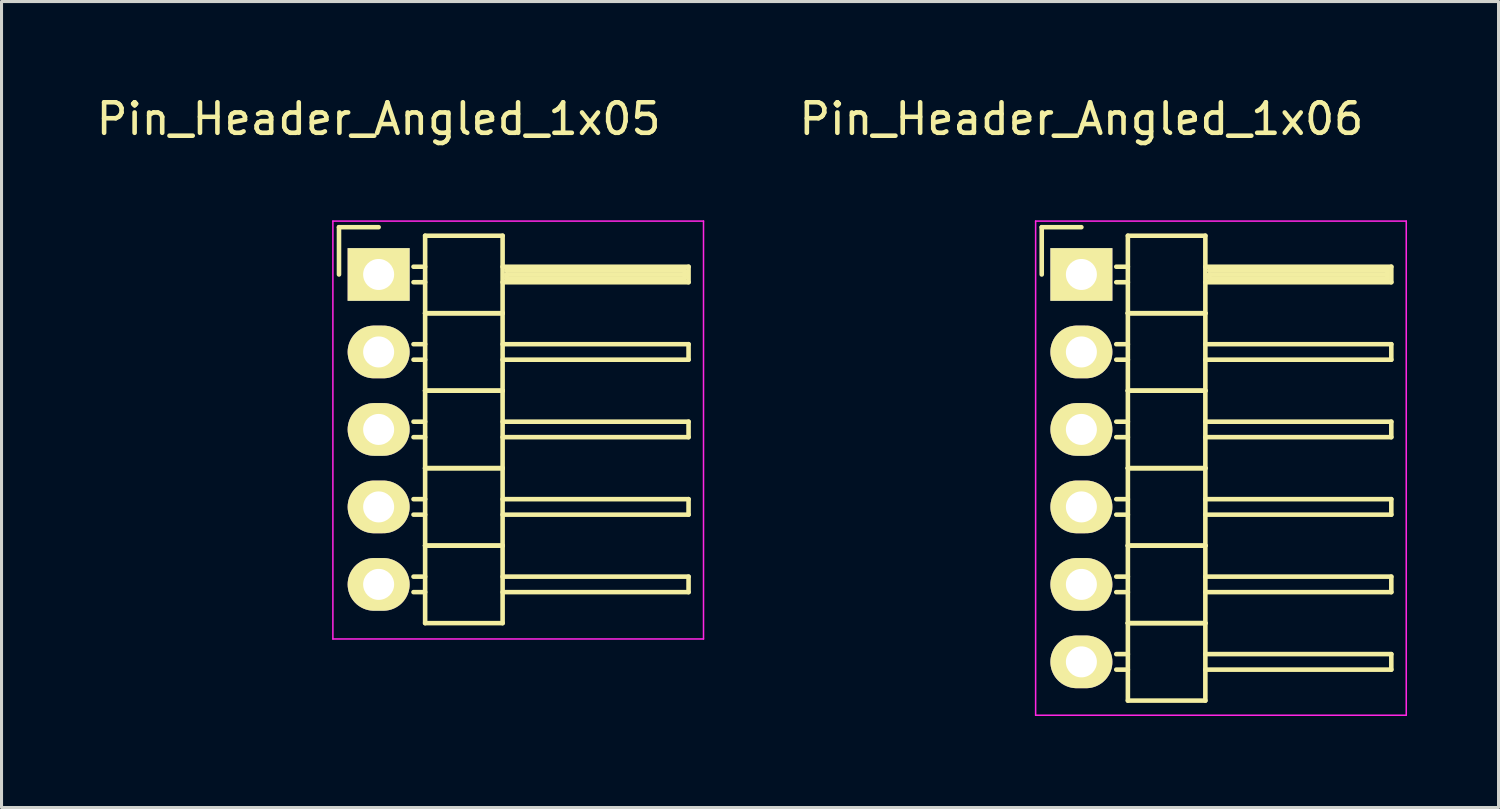
<source format=kicad_pcb>
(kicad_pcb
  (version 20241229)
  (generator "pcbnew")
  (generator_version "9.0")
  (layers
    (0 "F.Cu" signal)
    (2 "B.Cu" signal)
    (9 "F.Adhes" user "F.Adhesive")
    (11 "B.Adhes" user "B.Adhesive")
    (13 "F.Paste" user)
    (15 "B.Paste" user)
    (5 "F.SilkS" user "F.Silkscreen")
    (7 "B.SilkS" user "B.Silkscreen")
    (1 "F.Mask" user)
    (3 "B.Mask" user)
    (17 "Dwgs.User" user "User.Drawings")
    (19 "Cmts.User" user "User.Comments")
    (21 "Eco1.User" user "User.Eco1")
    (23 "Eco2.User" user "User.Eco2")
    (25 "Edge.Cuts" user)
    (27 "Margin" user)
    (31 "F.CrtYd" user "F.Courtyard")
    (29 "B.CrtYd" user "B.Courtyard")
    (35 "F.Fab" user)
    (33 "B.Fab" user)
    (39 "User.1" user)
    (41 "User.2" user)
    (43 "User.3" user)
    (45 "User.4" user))
  (footprint "Pin_Header_Angled_1x06"
    (layer "F.Cu")
    (at 32.401 5.948)
    (property "Reference" "Pin_Header_Angled_1x06" (at 0 -5.1 0) (layer "F.SilkS") (effects (font (size 1 1) (thickness 0.15))))
    (attr through_hole)
    (fp_line (start -1.3 -1.55) (end -1.3 0) (stroke (width 0.15) (type solid)) (layer "F.SilkS"))
    (fp_line (start 0 -1.55) (end -1.3 -1.55) (stroke (width 0.15) (type solid)) (layer "F.SilkS"))
    (fp_line (start 1.524 -1.27) (end 1.524 1.27) (stroke (width 0.15) (type solid)) (layer "F.SilkS"))
    (fp_line (start 1.524 -1.27) (end 4.064 -1.27) (stroke (width 0.15) (type solid)) (layer "F.SilkS"))
    (fp_line (start 1.524 -0.254) (end 1.143 -0.254) (stroke (width 0.15) (type solid)) (layer "F.SilkS"))
    (fp_line (start 1.524 0.254) (end 1.143 0.254) (stroke (width 0.15) (type solid)) (layer "F.SilkS"))
    (fp_line (start 1.524 1.27) (end 1.524 3.81) (stroke (width 0.15) (type solid)) (layer "F.SilkS"))
    (fp_line (start 1.524 1.27) (end 4.064 1.27) (stroke (width 0.15) (type solid)) (layer "F.SilkS"))
    (fp_line (start 1.524 1.27) (end 4.064 1.27) (stroke (width 0.15) (type solid)) (layer "F.SilkS"))
    (fp_line (start 1.524 2.286) (end 1.143 2.286) (stroke (width 0.15) (type solid)) (layer "F.SilkS"))
    (fp_line (start 1.524 2.794) (end 1.143 2.794) (stroke (width 0.15) (type solid)) (layer "F.SilkS"))
    (fp_line (start 1.524 3.81) (end 1.524 6.35) (stroke (width 0.15) (type solid)) (layer "F.SilkS"))
    (fp_line (start 1.524 3.81) (end 4.064 3.81) (stroke (width 0.15) (type solid)) (layer "F.SilkS"))
    (fp_line (start 1.524 3.81) (end 4.064 3.81) (stroke (width 0.15) (type solid)) (layer "F.SilkS"))
    (fp_line (start 1.524 4.826) (end 1.143 4.826) (stroke (width 0.15) (type solid)) (layer "F.SilkS"))
    (fp_line (start 1.524 5.334) (end 1.143 5.334) (stroke (width 0.15) (type solid)) (layer "F.SilkS"))
    (fp_line (start 1.524 6.35) (end 1.524 8.89) (stroke (width 0.15) (type solid)) (layer "F.SilkS"))
    (fp_line (start 1.524 6.35) (end 4.064 6.35) (stroke (width 0.15) (type solid)) (layer "F.SilkS"))
    (fp_line (start 1.524 6.35) (end 4.064 6.35) (stroke (width 0.15) (type solid)) (layer "F.SilkS"))
    (fp_line (start 1.524 7.366) (end 1.143 7.366) (stroke (width 0.15) (type solid)) (layer "F.SilkS"))
    (fp_line (start 1.524 7.874) (end 1.143 7.874) (stroke (width 0.15) (type solid)) (layer "F.SilkS"))
    (fp_line (start 1.524 8.89) (end 1.524 11.43) (stroke (width 0.15) (type solid)) (layer "F.SilkS"))
    (fp_line (start 1.524 8.89) (end 4.064 8.89) (stroke (width 0.15) (type solid)) (layer "F.SilkS"))
    (fp_line (start 1.524 8.89) (end 4.064 8.89) (stroke (width 0.15) (type solid)) (layer "F.SilkS"))
    (fp_line (start 1.524 9.906) (end 1.143 9.906) (stroke (width 0.15) (type solid)) (layer "F.SilkS"))
    (fp_line (start 1.524 10.414) (end 1.143 10.414) (stroke (width 0.15) (type solid)) (layer "F.SilkS"))
    (fp_line (start 1.524 11.43) (end 1.524 13.97) (stroke (width 0.15) (type solid)) (layer "F.SilkS"))
    (fp_line (start 1.524 11.43) (end 4.064 11.43) (stroke (width 0.15) (type solid)) (layer "F.SilkS"))
    (fp_line (start 1.524 11.43) (end 4.064 11.43) (stroke (width 0.15) (type solid)) (layer "F.SilkS"))
    (fp_line (start 1.524 12.446) (end 1.143 12.446) (stroke (width 0.15) (type solid)) (layer "F.SilkS"))
    (fp_line (start 1.524 12.954) (end 1.143 12.954) (stroke (width 0.15) (type solid)) (layer "F.SilkS"))
    (fp_line (start 1.524 13.97) (end 4.064 13.97) (stroke (width 0.15) (type solid)) (layer "F.SilkS"))
    (fp_line (start 4.064 -0.254) (end 10.16 -0.254) (stroke (width 0.15) (type solid)) (layer "F.SilkS"))
    (fp_line (start 4.064 1.27) (end 4.064 -1.27) (stroke (width 0.15) (type solid)) (layer "F.SilkS"))
    (fp_line (start 4.064 2.286) (end 10.16 2.286) (stroke (width 0.15) (type solid)) (layer "F.SilkS"))
    (fp_line (start 4.064 3.81) (end 4.064 1.27) (stroke (width 0.15) (type solid)) (layer "F.SilkS"))
    (fp_line (start 4.064 4.826) (end 10.16 4.826) (stroke (width 0.15) (type solid)) (layer "F.SilkS"))
    (fp_line (start 4.064 6.35) (end 4.064 3.81) (stroke (width 0.15) (type solid)) (layer "F.SilkS"))
    (fp_line (start 4.064 7.366) (end 10.16 7.366) (stroke (width 0.15) (type solid)) (layer "F.SilkS"))
    (fp_line (start 4.064 8.89) (end 4.064 6.35) (stroke (width 0.15) (type solid)) (layer "F.SilkS"))
    (fp_line (start 4.064 9.906) (end 10.16 9.906) (stroke (width 0.15) (type solid)) (layer "F.SilkS"))
    (fp_line (start 4.064 11.43) (end 4.064 8.89) (stroke (width 0.15) (type solid)) (layer "F.SilkS"))
    (fp_line (start 4.064 12.446) (end 10.16 12.446) (stroke (width 0.15) (type solid)) (layer "F.SilkS"))
    (fp_line (start 4.064 13.97) (end 4.064 11.43) (stroke (width 0.15) (type solid)) (layer "F.SilkS"))
    (fp_line (start 4.191 -0.127) (end 10.033 -0.127) (stroke (width 0.15) (type solid)) (layer "F.SilkS"))
    (fp_line (start 4.191 0) (end 10.033 0) (stroke (width 0.15) (type solid)) (layer "F.SilkS"))
    (fp_line (start 4.191 0.127) (end 4.191 0) (stroke (width 0.15) (type solid)) (layer "F.SilkS"))
    (fp_line (start 10.033 -0.127) (end 10.033 0.127) (stroke (width 0.15) (type solid)) (layer "F.SilkS"))
    (fp_line (start 10.033 0.127) (end 4.191 0.127) (stroke (width 0.15) (type solid)) (layer "F.SilkS"))
    (fp_line (start 10.16 -0.254) (end 10.16 0.254) (stroke (width 0.15) (type solid)) (layer "F.SilkS"))
    (fp_line (start 10.16 0.254) (end 4.064 0.254) (stroke (width 0.15) (type solid)) (layer "F.SilkS"))
    (fp_line (start 10.16 2.286) (end 10.16 2.794) (stroke (width 0.15) (type solid)) (layer "F.SilkS"))
    (fp_line (start 10.16 2.794) (end 4.064 2.794) (stroke (width 0.15) (type solid)) (layer "F.SilkS"))
    (fp_line (start 10.16 4.826) (end 10.16 5.334) (stroke (width 0.15) (type solid)) (layer "F.SilkS"))
    (fp_line (start 10.16 5.334) (end 4.064 5.334) (stroke (width 0.15) (type solid)) (layer "F.SilkS"))
    (fp_line (start 10.16 7.366) (end 10.16 7.874) (stroke (width 0.15) (type solid)) (layer "F.SilkS"))
    (fp_line (start 10.16 7.874) (end 4.064 7.874) (stroke (width 0.15) (type solid)) (layer "F.SilkS"))
    (fp_line (start 10.16 9.906) (end 10.16 10.414) (stroke (width 0.15) (type solid)) (layer "F.SilkS"))
    (fp_line (start 10.16 10.414) (end 4.064 10.414) (stroke (width 0.15) (type solid)) (layer "F.SilkS"))
    (fp_line (start 10.16 12.446) (end 10.16 12.954) (stroke (width 0.15) (type solid)) (layer "F.SilkS"))
    (fp_line (start 10.16 12.954) (end 4.064 12.954) (stroke (width 0.15) (type solid)) (layer "F.SilkS"))
    (fp_line (start -1.5 -1.75) (end -1.5 14.45) (stroke (width 0.05) (type solid)) (layer "F.CrtYd"))
    (fp_line (start -1.5 -1.75) (end 10.65 -1.75) (stroke (width 0.05) (type solid)) (layer "F.CrtYd"))
    (fp_line (start -1.5 14.45) (end 10.65 14.45) (stroke (width 0.05) (type solid)) (layer "F.CrtYd"))
    (fp_line (start 10.65 -1.75) (end 10.65 14.45) (stroke (width 0.05) (type solid)) (layer "F.CrtYd"))
    (pad "1" thru_hole rect (at 0 0) (size 2.032 1.727) (drill 1.016) (layers "*.Cu" "*.Mask" "F.SilkS"))
    (pad "2" thru_hole oval (at 0 2.54) (size 2.032 1.727) (drill 1.016) (layers "*.Cu" "*.Mask" "F.SilkS"))
    (pad "3" thru_hole oval (at 0 5.08) (size 2.032 1.727) (drill 1.016) (layers "*.Cu" "*.Mask" "F.SilkS"))
    (pad "4" thru_hole oval (at 0 7.62) (size 2.032 1.727) (drill 1.016) (layers "*.Cu" "*.Mask" "F.SilkS"))
    (pad "5" thru_hole oval (at 0 10.16) (size 2.032 1.727) (drill 1.016) (layers "*.Cu" "*.Mask" "F.SilkS"))
    (pad "6" thru_hole oval (at 0 12.7) (size 2.032 1.727) (drill 1.016) (layers "*.Cu" "*.Mask" "F.SilkS")))
  (footprint "Pin_Header_Angled_1x05"
    (layer "F.Cu")
    (at 9.363 5.948)
    (property "Reference" "Pin_Header_Angled_1x05" (at 0 -5.1 0) (layer "F.SilkS") (effects (font (size 1 1) (thickness 0.15))))
    (attr through_hole)
    (fp_line (start -1.3 -1.55) (end -1.3 0) (stroke (width 0.15) (type solid)) (layer "F.SilkS"))
    (fp_line (start 0 -1.55) (end -1.3 -1.55) (stroke (width 0.15) (type solid)) (layer "F.SilkS"))
    (fp_line (start 1.524 -1.27) (end 1.524 1.27) (stroke (width 0.15) (type solid)) (layer "F.SilkS"))
    (fp_line (start 1.524 -1.27) (end 4.064 -1.27) (stroke (width 0.15) (type solid)) (layer "F.SilkS"))
    (fp_line (start 1.524 -0.254) (end 1.143 -0.254) (stroke (width 0.15) (type solid)) (layer "F.SilkS"))
    (fp_line (start 1.524 0.254) (end 1.143 0.254) (stroke (width 0.15) (type solid)) (layer "F.SilkS"))
    (fp_line (start 1.524 1.27) (end 1.524 3.81) (stroke (width 0.15) (type solid)) (layer "F.SilkS"))
    (fp_line (start 1.524 1.27) (end 4.064 1.27) (stroke (width 0.15) (type solid)) (layer "F.SilkS"))
    (fp_line (start 1.524 1.27) (end 4.064 1.27) (stroke (width 0.15) (type solid)) (layer "F.SilkS"))
    (fp_line (start 1.524 2.286) (end 1.143 2.286) (stroke (width 0.15) (type solid)) (layer "F.SilkS"))
    (fp_line (start 1.524 2.794) (end 1.143 2.794) (stroke (width 0.15) (type solid)) (layer "F.SilkS"))
    (fp_line (start 1.524 3.81) (end 1.524 6.35) (stroke (width 0.15) (type solid)) (layer "F.SilkS"))
    (fp_line (start 1.524 3.81) (end 4.064 3.81) (stroke (width 0.15) (type solid)) (layer "F.SilkS"))
    (fp_line (start 1.524 3.81) (end 4.064 3.81) (stroke (width 0.15) (type solid)) (layer "F.SilkS"))
    (fp_line (start 1.524 4.826) (end 1.143 4.826) (stroke (width 0.15) (type solid)) (layer "F.SilkS"))
    (fp_line (start 1.524 5.334) (end 1.143 5.334) (stroke (width 0.15) (type solid)) (layer "F.SilkS"))
    (fp_line (start 1.524 6.35) (end 1.524 8.89) (stroke (width 0.15) (type solid)) (layer "F.SilkS"))
    (fp_line (start 1.524 6.35) (end 4.064 6.35) (stroke (width 0.15) (type solid)) (layer "F.SilkS"))
    (fp_line (start 1.524 6.35) (end 4.064 6.35) (stroke (width 0.15) (type solid)) (layer "F.SilkS"))
    (fp_line (start 1.524 7.366) (end 1.143 7.366) (stroke (width 0.15) (type solid)) (layer "F.SilkS"))
    (fp_line (start 1.524 7.874) (end 1.143 7.874) (stroke (width 0.15) (type solid)) (layer "F.SilkS"))
    (fp_line (start 1.524 8.89) (end 1.524 11.43) (stroke (width 0.15) (type solid)) (layer "F.SilkS"))
    (fp_line (start 1.524 8.89) (end 4.064 8.89) (stroke (width 0.15) (type solid)) (layer "F.SilkS"))
    (fp_line (start 1.524 8.89) (end 4.064 8.89) (stroke (width 0.15) (type solid)) (layer "F.SilkS"))
    (fp_line (start 1.524 9.906) (end 1.143 9.906) (stroke (width 0.15) (type solid)) (layer "F.SilkS"))
    (fp_line (start 1.524 10.414) (end 1.143 10.414) (stroke (width 0.15) (type solid)) (layer "F.SilkS"))
    (fp_line (start 1.524 11.43) (end 4.064 11.43) (stroke (width 0.15) (type solid)) (layer "F.SilkS"))
    (fp_line (start 4.064 -0.254) (end 10.16 -0.254) (stroke (width 0.15) (type solid)) (layer "F.SilkS"))
    (fp_line (start 4.064 1.27) (end 4.064 -1.27) (stroke (width 0.15) (type solid)) (layer "F.SilkS"))
    (fp_line (start 4.064 2.286) (end 10.16 2.286) (stroke (width 0.15) (type solid)) (layer "F.SilkS"))
    (fp_line (start 4.064 3.81) (end 4.064 1.27) (stroke (width 0.15) (type solid)) (layer "F.SilkS"))
    (fp_line (start 4.064 4.826) (end 10.16 4.826) (stroke (width 0.15) (type solid)) (layer "F.SilkS"))
    (fp_line (start 4.064 6.35) (end 4.064 3.81) (stroke (width 0.15) (type solid)) (layer "F.SilkS"))
    (fp_line (start 4.064 7.366) (end 10.16 7.366) (stroke (width 0.15) (type solid)) (layer "F.SilkS"))
    (fp_line (start 4.064 8.89) (end 4.064 6.35) (stroke (width 0.15) (type solid)) (layer "F.SilkS"))
    (fp_line (start 4.064 9.906) (end 10.16 9.906) (stroke (width 0.15) (type solid)) (layer "F.SilkS"))
    (fp_line (start 4.064 11.43) (end 4.064 8.89) (stroke (width 0.15) (type solid)) (layer "F.SilkS"))
    (fp_line (start 4.191 -0.127) (end 10.033 -0.127) (stroke (width 0.15) (type solid)) (layer "F.SilkS"))
    (fp_line (start 4.191 0) (end 10.033 0) (stroke (width 0.15) (type solid)) (layer "F.SilkS"))
    (fp_line (start 4.191 0.127) (end 4.191 0) (stroke (width 0.15) (type solid)) (layer "F.SilkS"))
    (fp_line (start 10.033 -0.127) (end 10.033 0.127) (stroke (width 0.15) (type solid)) (layer "F.SilkS"))
    (fp_line (start 10.033 0.127) (end 4.191 0.127) (stroke (width 0.15) (type solid)) (layer "F.SilkS"))
    (fp_line (start 10.16 -0.254) (end 10.16 0.254) (stroke (width 0.15) (type solid)) (layer "F.SilkS"))
    (fp_line (start 10.16 0.254) (end 4.064 0.254) (stroke (width 0.15) (type solid)) (layer "F.SilkS"))
    (fp_line (start 10.16 2.286) (end 10.16 2.794) (stroke (width 0.15) (type solid)) (layer "F.SilkS"))
    (fp_line (start 10.16 2.794) (end 4.064 2.794) (stroke (width 0.15) (type solid)) (layer "F.SilkS"))
    (fp_line (start 10.16 4.826) (end 10.16 5.334) (stroke (width 0.15) (type solid)) (layer "F.SilkS"))
    (fp_line (start 10.16 5.334) (end 4.064 5.334) (stroke (width 0.15) (type solid)) (layer "F.SilkS"))
    (fp_line (start 10.16 7.366) (end 10.16 7.874) (stroke (width 0.15) (type solid)) (layer "F.SilkS"))
    (fp_line (start 10.16 7.874) (end 4.064 7.874) (stroke (width 0.15) (type solid)) (layer "F.SilkS"))
    (fp_line (start 10.16 9.906) (end 10.16 10.414) (stroke (width 0.15) (type solid)) (layer "F.SilkS"))
    (fp_line (start 10.16 10.414) (end 4.064 10.414) (stroke (width 0.15) (type solid)) (layer "F.SilkS"))
    (fp_line (start -1.5 -1.75) (end -1.5 11.95) (stroke (width 0.05) (type solid)) (layer "F.CrtYd"))
    (fp_line (start -1.5 -1.75) (end 10.65 -1.75) (stroke (width 0.05) (type solid)) (layer "F.CrtYd"))
    (fp_line (start -1.5 11.95) (end 10.65 11.95) (stroke (width 0.05) (type solid)) (layer "F.CrtYd"))
    (fp_line (start 10.65 -1.75) (end 10.65 11.95) (stroke (width 0.05) (type solid)) (layer "F.CrtYd"))
    (pad "1" thru_hole rect (at 0 0) (size 2.032 1.727) (drill 1.016) (layers "*.Cu" "*.Mask" "F.SilkS"))
    (pad "2" thru_hole oval (at 0 2.54) (size 2.032 1.727) (drill 1.016) (layers "*.Cu" "*.Mask" "F.SilkS"))
    (pad "3" thru_hole oval (at 0 5.08) (size 2.032 1.727) (drill 1.016) (layers "*.Cu" "*.Mask" "F.SilkS"))
    (pad "4" thru_hole oval (at 0 7.62) (size 2.032 1.727) (drill 1.016) (layers "*.Cu" "*.Mask" "F.SilkS"))
    (pad "5" thru_hole oval (at 0 10.16) (size 2.032 1.727) (drill 1.016) (layers "*.Cu" "*.Mask" "F.SilkS")))
  (gr_rect
    (start -3 -3)
    (end 46.076 23.423)
    (stroke (width 0.1) (type default))
    (fill no)
    (layer "Edge.Cuts")))
</source>
